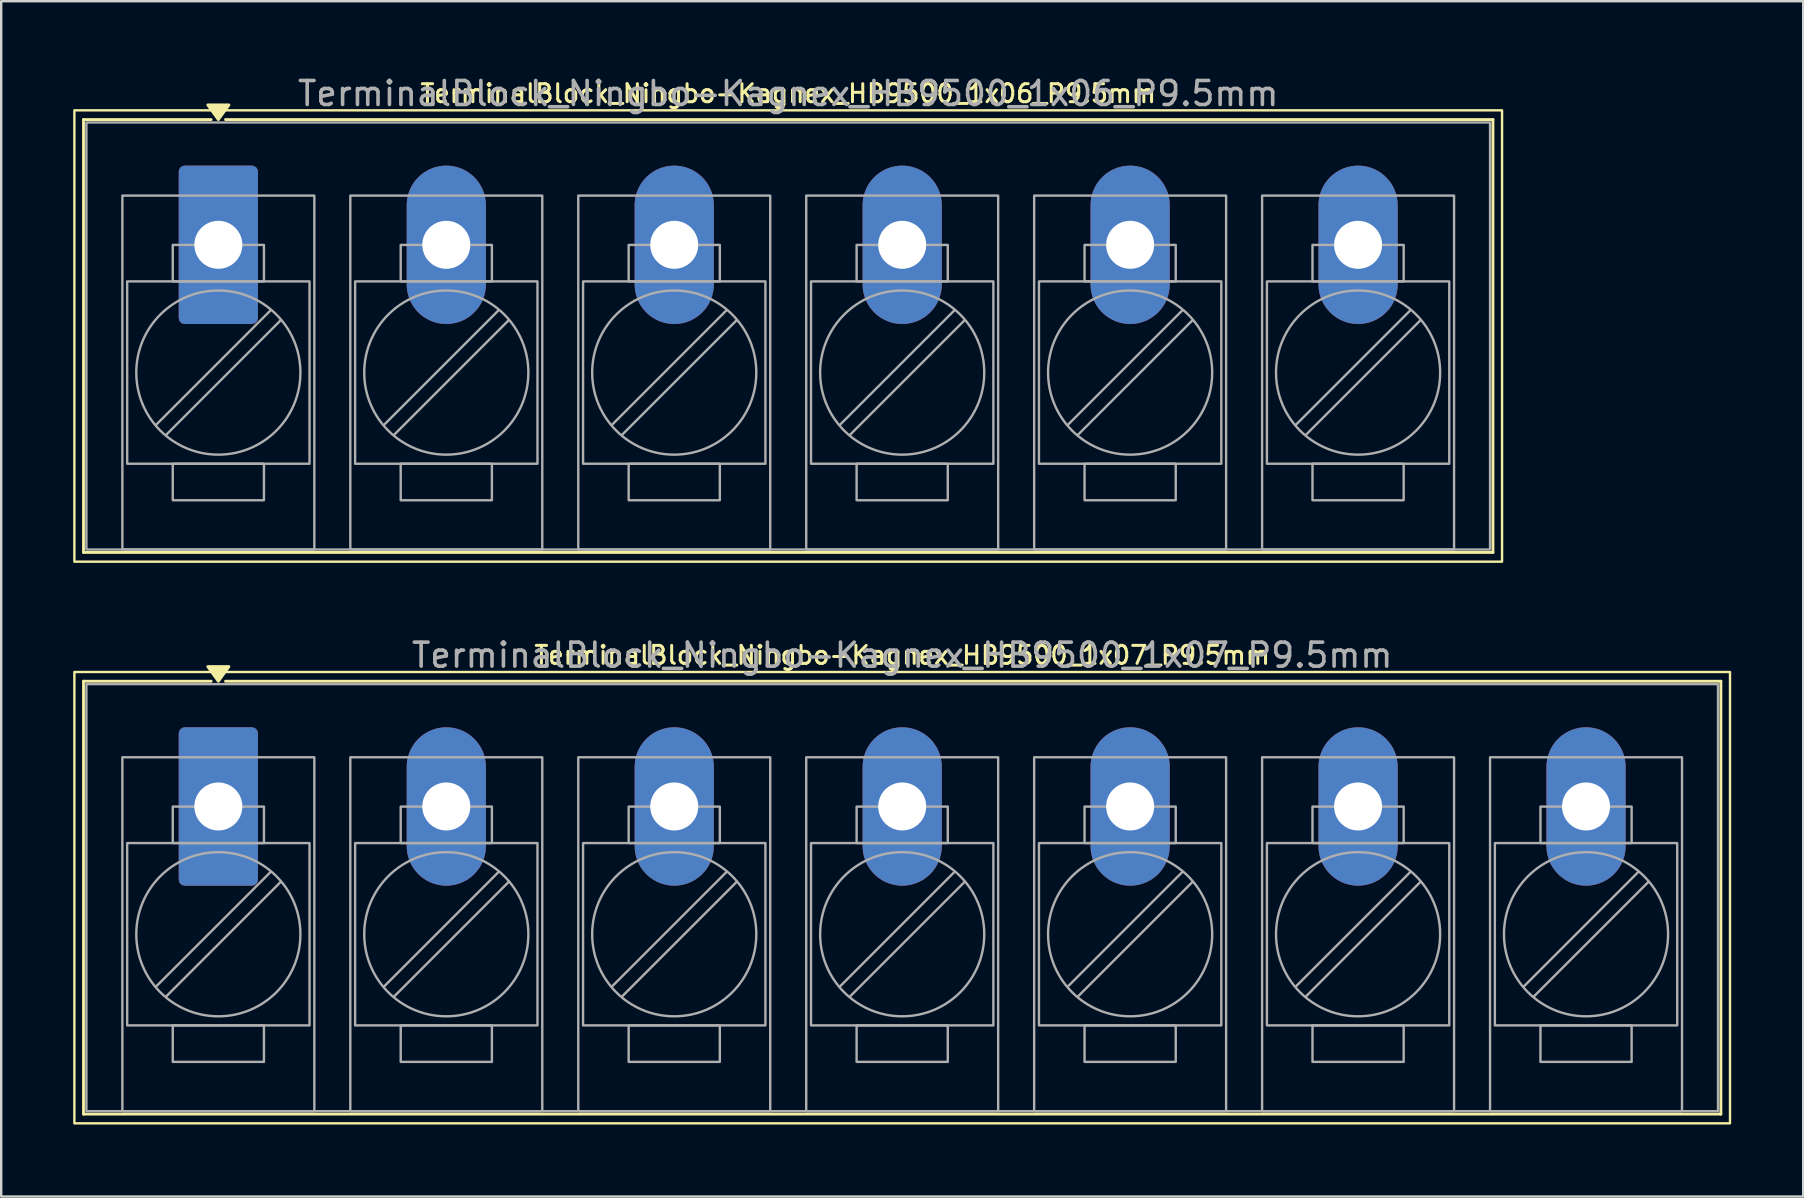
<source format=kicad_pcb>
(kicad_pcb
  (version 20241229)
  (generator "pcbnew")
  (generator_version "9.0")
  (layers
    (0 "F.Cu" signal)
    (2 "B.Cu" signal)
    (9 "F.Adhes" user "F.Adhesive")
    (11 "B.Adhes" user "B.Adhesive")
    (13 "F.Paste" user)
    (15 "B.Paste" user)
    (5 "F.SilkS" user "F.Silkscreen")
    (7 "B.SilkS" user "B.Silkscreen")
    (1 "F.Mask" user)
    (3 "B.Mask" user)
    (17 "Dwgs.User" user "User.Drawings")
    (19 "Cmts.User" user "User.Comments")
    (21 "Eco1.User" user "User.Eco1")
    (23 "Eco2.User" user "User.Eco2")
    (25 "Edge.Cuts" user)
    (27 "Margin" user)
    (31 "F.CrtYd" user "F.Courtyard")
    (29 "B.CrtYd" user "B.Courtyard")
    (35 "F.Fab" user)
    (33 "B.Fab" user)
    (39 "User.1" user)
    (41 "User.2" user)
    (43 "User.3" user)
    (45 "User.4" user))
  (footprint "TerminalBlock_Ningbo-Kagnex_HB9500_1x07_P9.5mm"
    (layer "F.Cu")
    (at 6.05 30.561)
    (property "Reference" "TerminalBlock_Ningbo-Kagnex_HB9500_1x07_P9.5mm" (at 28.5 -6.305 0) (layer "F.SilkS") (effects (font (size 0.75 0.75) (thickness 0.125))))
    (attr through_hole)
    (fp_line (start -5.62 -5.22) (end -0.3 -5.22) (stroke (width 0.12) (type solid)) (layer "F.SilkS"))
    (fp_line (start -5.62 12.82) (end -5.62 -5.22) (stroke (width 0.12) (type solid)) (layer "F.SilkS"))
    (fp_line (start 0.3 -5.22) (end 62.62 -5.22) (stroke (width 0.12) (type solid)) (layer "F.SilkS"))
    (fp_line (start 62.62 -5.22) (end 62.62 12.82) (stroke (width 0.12) (type solid)) (layer "F.SilkS"))
    (fp_line (start 62.62 12.82) (end -5.62 12.82) (stroke (width 0.12) (type solid)) (layer "F.SilkS"))
    (fp_rect (start -6 -5.605) (end 63 13.205) (stroke (width 0.1) (type solid)) (fill no) (layer "F.SilkS"))
    (fp_poly (pts (xy 0 -5.22) (xy -0.44 -5.83) (xy 0.44 -5.83)) (stroke (width 0.12) (type solid)) (fill yes) (layer "F.SilkS"))
    (fp_line (start 2.176 2.731) (end -2.594 7.501) (stroke (width 0.1) (type solid)) (layer "F.Fab"))
    (fp_line (start 2.594 3.149) (end -2.176 7.919) (stroke (width 0.1) (type solid)) (layer "F.Fab"))
    (fp_line (start 11.676 2.731) (end 6.906 7.501) (stroke (width 0.1) (type solid)) (layer "F.Fab"))
    (fp_line (start 12.094 3.149) (end 7.324 7.919) (stroke (width 0.1) (type solid)) (layer "F.Fab"))
    (fp_line (start 21.176 2.731) (end 16.406 7.501) (stroke (width 0.1) (type solid)) (layer "F.Fab"))
    (fp_line (start 21.594 3.149) (end 16.824 7.919) (stroke (width 0.1) (type solid)) (layer "F.Fab"))
    (fp_line (start 30.676 2.731) (end 25.906 7.501) (stroke (width 0.1) (type solid)) (layer "F.Fab"))
    (fp_line (start 31.094 3.149) (end 26.324 7.919) (stroke (width 0.1) (type solid)) (layer "F.Fab"))
    (fp_line (start 40.176 2.731) (end 35.406 7.501) (stroke (width 0.1) (type solid)) (layer "F.Fab"))
    (fp_line (start 40.594 3.149) (end 35.824 7.919) (stroke (width 0.1) (type solid)) (layer "F.Fab"))
    (fp_line (start 49.676 2.731) (end 44.906 7.501) (stroke (width 0.1) (type solid)) (layer "F.Fab"))
    (fp_line (start 50.094 3.149) (end 45.324 7.919) (stroke (width 0.1) (type solid)) (layer "F.Fab"))
    (fp_line (start 59.176 2.731) (end 54.406 7.501) (stroke (width 0.1) (type solid)) (layer "F.Fab"))
    (fp_line (start 59.594 3.149) (end 54.824 7.919) (stroke (width 0.1) (type solid)) (layer "F.Fab"))
    (fp_rect (start -5.5 -5.1) (end 62.5 12.7) (stroke (width 0.1) (type solid)) (fill no) (layer "F.Fab"))
    (fp_rect (start -4 -2.05) (end 4 12.7) (stroke (width 0.1) (type solid)) (fill no) (layer "F.Fab"))
    (fp_rect (start -3.8 1.525) (end 3.8 9.125) (stroke (width 0.1) (type solid)) (fill no) (layer "F.Fab"))
    (fp_rect (start -1.9 0.005) (end 1.9 1.525) (stroke (width 0.1) (type solid)) (fill no) (layer "F.Fab"))
    (fp_rect (start -1.9 9.125) (end 1.9 10.645) (stroke (width 0.1) (type solid)) (fill no) (layer "F.Fab"))
    (fp_rect (start 5.5 -2.05) (end 13.5 12.7) (stroke (width 0.1) (type solid)) (fill no) (layer "F.Fab"))
    (fp_rect (start 5.7 1.525) (end 13.3 9.125) (stroke (width 0.1) (type solid)) (fill no) (layer "F.Fab"))
    (fp_rect (start 7.6 0.005) (end 11.4 1.525) (stroke (width 0.1) (type solid)) (fill no) (layer "F.Fab"))
    (fp_rect (start 7.6 9.125) (end 11.4 10.645) (stroke (width 0.1) (type solid)) (fill no) (layer "F.Fab"))
    (fp_rect (start 15 -2.05) (end 23 12.7) (stroke (width 0.1) (type solid)) (fill no) (layer "F.Fab"))
    (fp_rect (start 15.2 1.525) (end 22.8 9.125) (stroke (width 0.1) (type solid)) (fill no) (layer "F.Fab"))
    (fp_rect (start 17.1 0.005) (end 20.9 1.525) (stroke (width 0.1) (type solid)) (fill no) (layer "F.Fab"))
    (fp_rect (start 17.1 9.125) (end 20.9 10.645) (stroke (width 0.1) (type solid)) (fill no) (layer "F.Fab"))
    (fp_rect (start 24.5 -2.05) (end 32.5 12.7) (stroke (width 0.1) (type solid)) (fill no) (layer "F.Fab"))
    (fp_rect (start 24.7 1.525) (end 32.3 9.125) (stroke (width 0.1) (type solid)) (fill no) (layer "F.Fab"))
    (fp_rect (start 26.6 0.005) (end 30.4 1.525) (stroke (width 0.1) (type solid)) (fill no) (layer "F.Fab"))
    (fp_rect (start 26.6 9.125) (end 30.4 10.645) (stroke (width 0.1) (type solid)) (fill no) (layer "F.Fab"))
    (fp_rect (start 34 -2.05) (end 42 12.7) (stroke (width 0.1) (type solid)) (fill no) (layer "F.Fab"))
    (fp_rect (start 34.2 1.525) (end 41.8 9.125) (stroke (width 0.1) (type solid)) (fill no) (layer "F.Fab"))
    (fp_rect (start 36.1 0.005) (end 39.9 1.525) (stroke (width 0.1) (type solid)) (fill no) (layer "F.Fab"))
    (fp_rect (start 36.1 9.125) (end 39.9 10.645) (stroke (width 0.1) (type solid)) (fill no) (layer "F.Fab"))
    (fp_rect (start 43.5 -2.05) (end 51.5 12.7) (stroke (width 0.1) (type solid)) (fill no) (layer "F.Fab"))
    (fp_rect (start 43.7 1.525) (end 51.3 9.125) (stroke (width 0.1) (type solid)) (fill no) (layer "F.Fab"))
    (fp_rect (start 45.6 0.005) (end 49.4 1.525) (stroke (width 0.1) (type solid)) (fill no) (layer "F.Fab"))
    (fp_rect (start 45.6 9.125) (end 49.4 10.645) (stroke (width 0.1) (type solid)) (fill no) (layer "F.Fab"))
    (fp_rect (start 53 -2.05) (end 61 12.7) (stroke (width 0.1) (type solid)) (fill no) (layer "F.Fab"))
    (fp_rect (start 53.2 1.525) (end 60.8 9.125) (stroke (width 0.1) (type solid)) (fill no) (layer "F.Fab"))
    (fp_rect (start 55.1 0.005) (end 58.9 1.525) (stroke (width 0.1) (type solid)) (fill no) (layer "F.Fab"))
    (fp_rect (start 55.1 9.125) (end 58.9 10.645) (stroke (width 0.1) (type solid)) (fill no) (layer "F.Fab"))
    (fp_circle (center 0 5.325) (end 3.42 5.325) (stroke (width 0.1) (type solid)) (fill no) (layer "F.Fab"))
    (fp_circle (center 9.5 5.325) (end 12.92 5.325) (stroke (width 0.1) (type solid)) (fill no) (layer "F.Fab"))
    (fp_circle (center 19 5.325) (end 22.42 5.325) (stroke (width 0.1) (type solid)) (fill no) (layer "F.Fab"))
    (fp_circle (center 28.5 5.325) (end 31.92 5.325) (stroke (width 0.1) (type solid)) (fill no) (layer "F.Fab"))
    (fp_circle (center 38 5.325) (end 41.42 5.325) (stroke (width 0.1) (type solid)) (fill no) (layer "F.Fab"))
    (fp_circle (center 47.5 5.325) (end 50.92 5.325) (stroke (width 0.1) (type solid)) (fill no) (layer "F.Fab"))
    (fp_circle (center 57 5.325) (end 60.42 5.325) (stroke (width 0.1) (type solid)) (fill no) (layer "F.Fab"))
    (fp_text user "${REFERENCE}" (at 28.5 -6.305 0) (layer "F.Fab") (effects (font (size 1 1) (thickness 0.15))))
    (pad "1" thru_hole roundrect (at 0 0) (size 3.3 6.6) (drill 2) (layers "*.Cu" "*.Mask") (roundrect_rratio 0.076))
    (pad "2" thru_hole oval (at 9.5 0) (size 3.3 6.6) (drill 2) (layers "*.Cu" "*.Mask"))
    (pad "3" thru_hole oval (at 19 0) (size 3.3 6.6) (drill 2) (layers "*.Cu" "*.Mask"))
    (pad "4" thru_hole oval (at 28.5 0) (size 3.3 6.6) (drill 2) (layers "*.Cu" "*.Mask"))
    (pad "5" thru_hole oval (at 38 0) (size 3.3 6.6) (drill 2) (layers "*.Cu" "*.Mask"))
    (pad "6" thru_hole oval (at 47.5 0) (size 3.3 6.6) (drill 2) (layers "*.Cu" "*.Mask"))
    (pad "7" thru_hole oval (at 57 0) (size 3.3 6.6) (drill 2) (layers "*.Cu" "*.Mask")))
  (footprint "TerminalBlock_Ningbo-Kagnex_HB9500_1x06_P9.5mm"
    (layer "F.Cu")
    (at 6.05 7.153)
    (property "Reference" "TerminalBlock_Ningbo-Kagnex_HB9500_1x06_P9.5mm" (at 23.75 -6.305 0) (layer "F.SilkS") (effects (font (size 0.75 0.75) (thickness 0.125))))
    (attr through_hole)
    (fp_line (start -5.62 -5.22) (end -0.3 -5.22) (stroke (width 0.12) (type solid)) (layer "F.SilkS"))
    (fp_line (start -5.62 12.82) (end -5.62 -5.22) (stroke (width 0.12) (type solid)) (layer "F.SilkS"))
    (fp_line (start 0.3 -5.22) (end 53.12 -5.22) (stroke (width 0.12) (type solid)) (layer "F.SilkS"))
    (fp_line (start 53.12 -5.22) (end 53.12 12.82) (stroke (width 0.12) (type solid)) (layer "F.SilkS"))
    (fp_line (start 53.12 12.82) (end -5.62 12.82) (stroke (width 0.12) (type solid)) (layer "F.SilkS"))
    (fp_rect (start -6 -5.605) (end 53.5 13.205) (stroke (width 0.1) (type solid)) (fill no) (layer "F.SilkS"))
    (fp_poly (pts (xy 0 -5.22) (xy -0.44 -5.83) (xy 0.44 -5.83)) (stroke (width 0.12) (type solid)) (fill yes) (layer "F.SilkS"))
    (fp_line (start 2.176 2.731) (end -2.594 7.501) (stroke (width 0.1) (type solid)) (layer "F.Fab"))
    (fp_line (start 2.594 3.149) (end -2.176 7.919) (stroke (width 0.1) (type solid)) (layer "F.Fab"))
    (fp_line (start 11.676 2.731) (end 6.906 7.501) (stroke (width 0.1) (type solid)) (layer "F.Fab"))
    (fp_line (start 12.094 3.149) (end 7.324 7.919) (stroke (width 0.1) (type solid)) (layer "F.Fab"))
    (fp_line (start 21.176 2.731) (end 16.406 7.501) (stroke (width 0.1) (type solid)) (layer "F.Fab"))
    (fp_line (start 21.594 3.149) (end 16.824 7.919) (stroke (width 0.1) (type solid)) (layer "F.Fab"))
    (fp_line (start 30.676 2.731) (end 25.906 7.501) (stroke (width 0.1) (type solid)) (layer "F.Fab"))
    (fp_line (start 31.094 3.149) (end 26.324 7.919) (stroke (width 0.1) (type solid)) (layer "F.Fab"))
    (fp_line (start 40.176 2.731) (end 35.406 7.501) (stroke (width 0.1) (type solid)) (layer "F.Fab"))
    (fp_line (start 40.594 3.149) (end 35.824 7.919) (stroke (width 0.1) (type solid)) (layer "F.Fab"))
    (fp_line (start 49.676 2.731) (end 44.906 7.501) (stroke (width 0.1) (type solid)) (layer "F.Fab"))
    (fp_line (start 50.094 3.149) (end 45.324 7.919) (stroke (width 0.1) (type solid)) (layer "F.Fab"))
    (fp_rect (start -5.5 -5.1) (end 53 12.7) (stroke (width 0.1) (type solid)) (fill no) (layer "F.Fab"))
    (fp_rect (start -4 -2.05) (end 4 12.7) (stroke (width 0.1) (type solid)) (fill no) (layer "F.Fab"))
    (fp_rect (start -3.8 1.525) (end 3.8 9.125) (stroke (width 0.1) (type solid)) (fill no) (layer "F.Fab"))
    (fp_rect (start -1.9 0.005) (end 1.9 1.525) (stroke (width 0.1) (type solid)) (fill no) (layer "F.Fab"))
    (fp_rect (start -1.9 9.125) (end 1.9 10.645) (stroke (width 0.1) (type solid)) (fill no) (layer "F.Fab"))
    (fp_rect (start 5.5 -2.05) (end 13.5 12.7) (stroke (width 0.1) (type solid)) (fill no) (layer "F.Fab"))
    (fp_rect (start 5.7 1.525) (end 13.3 9.125) (stroke (width 0.1) (type solid)) (fill no) (layer "F.Fab"))
    (fp_rect (start 7.6 0.005) (end 11.4 1.525) (stroke (width 0.1) (type solid)) (fill no) (layer "F.Fab"))
    (fp_rect (start 7.6 9.125) (end 11.4 10.645) (stroke (width 0.1) (type solid)) (fill no) (layer "F.Fab"))
    (fp_rect (start 15 -2.05) (end 23 12.7) (stroke (width 0.1) (type solid)) (fill no) (layer "F.Fab"))
    (fp_rect (start 15.2 1.525) (end 22.8 9.125) (stroke (width 0.1) (type solid)) (fill no) (layer "F.Fab"))
    (fp_rect (start 17.1 0.005) (end 20.9 1.525) (stroke (width 0.1) (type solid)) (fill no) (layer "F.Fab"))
    (fp_rect (start 17.1 9.125) (end 20.9 10.645) (stroke (width 0.1) (type solid)) (fill no) (layer "F.Fab"))
    (fp_rect (start 24.5 -2.05) (end 32.5 12.7) (stroke (width 0.1) (type solid)) (fill no) (layer "F.Fab"))
    (fp_rect (start 24.7 1.525) (end 32.3 9.125) (stroke (width 0.1) (type solid)) (fill no) (layer "F.Fab"))
    (fp_rect (start 26.6 0.005) (end 30.4 1.525) (stroke (width 0.1) (type solid)) (fill no) (layer "F.Fab"))
    (fp_rect (start 26.6 9.125) (end 30.4 10.645) (stroke (width 0.1) (type solid)) (fill no) (layer "F.Fab"))
    (fp_rect (start 34 -2.05) (end 42 12.7) (stroke (width 0.1) (type solid)) (fill no) (layer "F.Fab"))
    (fp_rect (start 34.2 1.525) (end 41.8 9.125) (stroke (width 0.1) (type solid)) (fill no) (layer "F.Fab"))
    (fp_rect (start 36.1 0.005) (end 39.9 1.525) (stroke (width 0.1) (type solid)) (fill no) (layer "F.Fab"))
    (fp_rect (start 36.1 9.125) (end 39.9 10.645) (stroke (width 0.1) (type solid)) (fill no) (layer "F.Fab"))
    (fp_rect (start 43.5 -2.05) (end 51.5 12.7) (stroke (width 0.1) (type solid)) (fill no) (layer "F.Fab"))
    (fp_rect (start 43.7 1.525) (end 51.3 9.125) (stroke (width 0.1) (type solid)) (fill no) (layer "F.Fab"))
    (fp_rect (start 45.6 0.005) (end 49.4 1.525) (stroke (width 0.1) (type solid)) (fill no) (layer "F.Fab"))
    (fp_rect (start 45.6 9.125) (end 49.4 10.645) (stroke (width 0.1) (type solid)) (fill no) (layer "F.Fab"))
    (fp_circle (center 0 5.325) (end 3.42 5.325) (stroke (width 0.1) (type solid)) (fill no) (layer "F.Fab"))
    (fp_circle (center 9.5 5.325) (end 12.92 5.325) (stroke (width 0.1) (type solid)) (fill no) (layer "F.Fab"))
    (fp_circle (center 19 5.325) (end 22.42 5.325) (stroke (width 0.1) (type solid)) (fill no) (layer "F.Fab"))
    (fp_circle (center 28.5 5.325) (end 31.92 5.325) (stroke (width 0.1) (type solid)) (fill no) (layer "F.Fab"))
    (fp_circle (center 38 5.325) (end 41.42 5.325) (stroke (width 0.1) (type solid)) (fill no) (layer "F.Fab"))
    (fp_circle (center 47.5 5.325) (end 50.92 5.325) (stroke (width 0.1) (type solid)) (fill no) (layer "F.Fab"))
    (fp_text user "${REFERENCE}" (at 23.75 -6.305 0) (layer "F.Fab") (effects (font (size 1 1) (thickness 0.15))))
    (pad "1" thru_hole roundrect (at 0 0) (size 3.3 6.6) (drill 2) (layers "*.Cu" "*.Mask") (roundrect_rratio 0.076))
    (pad "2" thru_hole oval (at 9.5 0) (size 3.3 6.6) (drill 2) (layers "*.Cu" "*.Mask"))
    (pad "3" thru_hole oval (at 19 0) (size 3.3 6.6) (drill 2) (layers "*.Cu" "*.Mask"))
    (pad "4" thru_hole oval (at 28.5 0) (size 3.3 6.6) (drill 2) (layers "*.Cu" "*.Mask"))
    (pad "5" thru_hole oval (at 38 0) (size 3.3 6.6) (drill 2) (layers "*.Cu" "*.Mask"))
    (pad "6" thru_hole oval (at 47.5 0) (size 3.3 6.6) (drill 2) (layers "*.Cu" "*.Mask")))
  (gr_rect
    (start -3 -3)
    (end 72.1 46.816)
    (stroke (width 0.1) (type default))
    (fill no)
    (layer "Edge.Cuts")))
</source>
